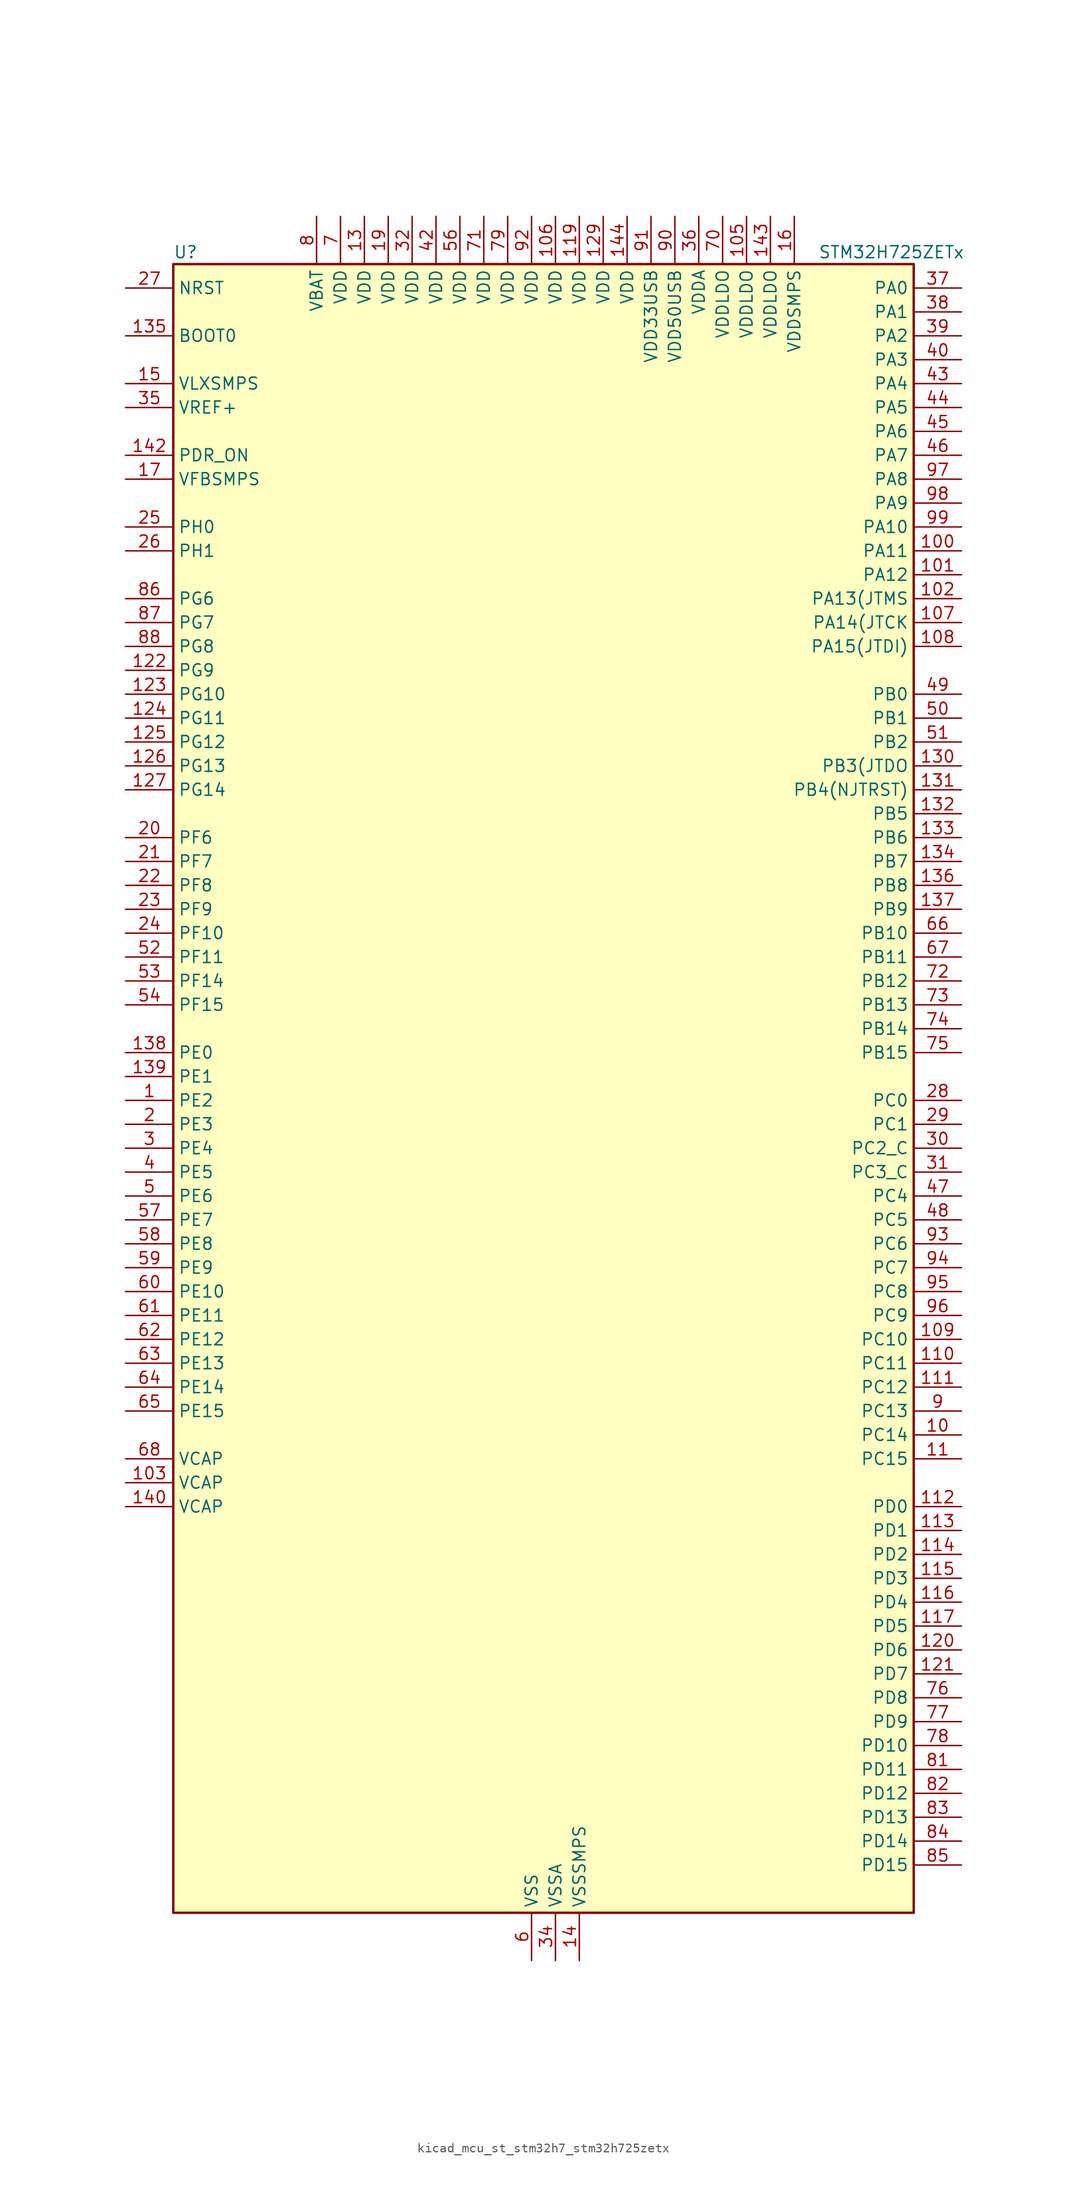
<source format=kicad_sym>
(kicad_symbol_lib
  (version 20220914)
  (generator kicad_symbol_editor)
  (symbol "kicad_mcu_st_stm32h7_stm32h725zetx"
    (property "Reference" "U"
      (at -38.1 90.17 0)
      (effects (font (size 1.27 1.27)) (justify left)))
    (property "Value" "STM32H725ZETx"
      (at 30.48 90.17 0)
      (effects (font (size 1.27 1.27)) (justify left)))
    (property "ki_locked" ""
      (at 0 0 0)
      (effects (font (size 1.27 1.27))))
    (symbol "kicad_mcu_st_stm32h7_stm32h725zetx_0_1"
      (rectangle (start -38.1 -86.36) (end 40.64 88.9) (stroke (width 0.254) (type default)) (fill (type background))))
    (symbol "kicad_mcu_st_stm32h7_stm32h725zetx_1_1"
      (pin bidirectional line (at -43.18 0 0) (length 5.08) (name "PE2" (effects (font (size 1.27 1.27)))) (number "1" (effects (font (size 1.27 1.27)))) (alternate "DEBUG_TRACECLK" bidirectional line) (alternate "ETH_TXD3" bidirectional line) (alternate "FMC_A23" bidirectional line) (alternate "OCTOSPIM_P1_IO2" bidirectional line) (alternate "SAI1_CK1" bidirectional line) (alternate "SAI1_MCLK_A" bidirectional line) (alternate "SAI4_CK1" bidirectional line) (alternate "SAI4_MCLK_A" bidirectional line) (alternate "SPI4_SCK" bidirectional line) (alternate "USART10_RX" bidirectional line))
      (pin bidirectional line (at 45.72 -35.56 180) (length 5.08) (name "PC14" (effects (font (size 1.27 1.27)))) (number "10" (effects (font (size 1.27 1.27)))) (alternate "RCC_OSC32_IN" bidirectional line))
      (pin bidirectional line (at 45.72 58.42 180) (length 5.08) (name "PA11" (effects (font (size 1.27 1.27)))) (number "100" (effects (font (size 1.27 1.27)))) (alternate "ADC1_EXTI11" bidirectional line) (alternate "ADC2_EXTI11" bidirectional line) (alternate "ADC3_EXTI11" bidirectional line) (alternate "FDCAN1_RX" bidirectional line) (alternate "I2S2_WS" bidirectional line) (alternate "LPUART1_CTS" bidirectional line) (alternate "LTDC_R4" bidirectional line) (alternate "SPI2_NSS" bidirectional line) (alternate "TIM1_CH4" bidirectional line) (alternate "UART4_RX" bidirectional line) (alternate "USART1_CTS" bidirectional line) (alternate "USART1_NSS" bidirectional line) (alternate "USB_OTG_HS_DM" bidirectional line))
      (pin bidirectional line (at 45.72 55.88 180) (length 5.08) (name "PA12" (effects (font (size 1.27 1.27)))) (number "101" (effects (font (size 1.27 1.27)))) (alternate "FDCAN1_TX" bidirectional line) (alternate "I2S2_CK" bidirectional line) (alternate "LPUART1_DE" bidirectional line) (alternate "LPUART1_RTS" bidirectional line) (alternate "LTDC_R5" bidirectional line) (alternate "SAI4_FS_B" bidirectional line) (alternate "SPI2_SCK" bidirectional line) (alternate "TIM1_BKIN2" bidirectional line) (alternate "TIM1_ETR" bidirectional line) (alternate "UART4_TX" bidirectional line) (alternate "USART1_DE" bidirectional line) (alternate "USART1_RTS" bidirectional line) (alternate "USB_OTG_HS_DP" bidirectional line))
      (pin bidirectional line (at 45.72 53.34 180) (length 5.08) (name "PA13(JTMS" (effects (font (size 1.27 1.27)))) (number "102" (effects (font (size 1.27 1.27)))) (alternate "DEBUG_JTMS-SWDIO" bidirectional line))
      (pin power_out line (at -43.18 -40.64 0) (length 5.08) (name "VCAP" (effects (font (size 1.27 1.27)))) (number "103" (effects (font (size 1.27 1.27)))))
      (pin passive line (at 0 -91.44 90) (length 5.08) hide (name "VSS" (effects (font (size 1.27 1.27)))) (number "104" (effects (font (size 1.27 1.27)))))
      (pin power_in line (at 22.86 93.98 270) (length 5.08) (name "VDDLDO" (effects (font (size 1.27 1.27)))) (number "105" (effects (font (size 1.27 1.27)))))
      (pin power_in line (at 2.54 93.98 270) (length 5.08) (name "VDD" (effects (font (size 1.27 1.27)))) (number "106" (effects (font (size 1.27 1.27)))))
      (pin bidirectional line (at 45.72 50.8 180) (length 5.08) (name "PA14(JTCK" (effects (font (size 1.27 1.27)))) (number "107" (effects (font (size 1.27 1.27)))) (alternate "DEBUG_JTCK-SWCLK" bidirectional line))
      (pin bidirectional line (at 45.72 48.26 180) (length 5.08) (name "PA15(JTDI)" (effects (font (size 1.27 1.27)))) (number "108" (effects (font (size 1.27 1.27)))) (alternate "ADC1_EXTI15" bidirectional line) (alternate "ADC2_EXTI15" bidirectional line) (alternate "ADC3_EXTI15" bidirectional line) (alternate "CEC" bidirectional line) (alternate "DEBUG_JTDI" bidirectional line) (alternate "I2S1_WS" bidirectional line) (alternate "I2S3_WS" bidirectional line) (alternate "I2S6_WS" bidirectional line) (alternate "LTDC_B6" bidirectional line) (alternate "LTDC_R3" bidirectional line) (alternate "SPI1_NSS" bidirectional line) (alternate "SPI3_NSS" bidirectional line) (alternate "SPI6_NSS" bidirectional line) (alternate "TIM2_CH1" bidirectional line) (alternate "TIM2_ETR" bidirectional line) (alternate "UART4_DE" bidirectional line) (alternate "UART4_RTS" bidirectional line) (alternate "UART7_TX" bidirectional line))
      (pin bidirectional line (at 45.72 -25.4 180) (length 5.08) (name "PC10" (effects (font (size 1.27 1.27)))) (number "109" (effects (font (size 1.27 1.27)))) (alternate "DCMI_D8" bidirectional line) (alternate "DFSDM1_CKIN5" bidirectional line) (alternate "I2C5_SDA" bidirectional line) (alternate "I2S3_CK" bidirectional line) (alternate "LTDC_B1" bidirectional line) (alternate "LTDC_R2" bidirectional line) (alternate "OCTOSPIM_P1_IO1" bidirectional line) (alternate "PSSI_D8" bidirectional line) (alternate "SDMMC1_D2" bidirectional line) (alternate "SPI3_SCK" bidirectional line) (alternate "SWPMI1_RX" bidirectional line) (alternate "UART4_TX" bidirectional line) (alternate "USART3_TX" bidirectional line))
      (pin bidirectional line (at 45.72 -38.1 180) (length 5.08) (name "PC15" (effects (font (size 1.27 1.27)))) (number "11" (effects (font (size 1.27 1.27)))) (alternate "ADC1_EXTI15" bidirectional line) (alternate "ADC2_EXTI15" bidirectional line) (alternate "ADC3_EXTI15" bidirectional line) (alternate "RCC_OSC32_OUT" bidirectional line))
      (pin bidirectional line (at 45.72 -27.94 180) (length 5.08) (name "PC11" (effects (font (size 1.27 1.27)))) (number "110" (effects (font (size 1.27 1.27)))) (alternate "ADC1_EXTI11" bidirectional line) (alternate "ADC2_EXTI11" bidirectional line) (alternate "ADC3_EXTI11" bidirectional line) (alternate "DCMI_D4" bidirectional line) (alternate "DFSDM1_DATIN5" bidirectional line) (alternate "I2C5_SCL" bidirectional line) (alternate "I2S3_SDI" bidirectional line) (alternate "LTDC_B4" bidirectional line) (alternate "OCTOSPIM_P1_NCS" bidirectional line) (alternate "PSSI_D4" bidirectional line) (alternate "SDMMC1_D3" bidirectional line) (alternate "SPI3_MISO" bidirectional line) (alternate "UART4_RX" bidirectional line) (alternate "USART3_RX" bidirectional line))
      (pin bidirectional line (at 45.72 -30.48 180) (length 5.08) (name "PC12" (effects (font (size 1.27 1.27)))) (number "111" (effects (font (size 1.27 1.27)))) (alternate "DCMI_D9" bidirectional line) (alternate "DEBUG_TRACED3" bidirectional line) (alternate "FMC_D6" bidirectional line) (alternate "FMC_DA6" bidirectional line) (alternate "I2C5_SMBA" bidirectional line) (alternate "I2S3_SDO" bidirectional line) (alternate "I2S6_CK" bidirectional line) (alternate "LTDC_R6" bidirectional line) (alternate "PSSI_D9" bidirectional line) (alternate "SDMMC1_CK" bidirectional line) (alternate "SPI3_MOSI" bidirectional line) (alternate "SPI6_SCK" bidirectional line) (alternate "TIM15_CH1" bidirectional line) (alternate "UART5_TX" bidirectional line) (alternate "USART3_CK" bidirectional line))
      (pin bidirectional line (at 45.72 -43.18 180) (length 5.08) (name "PD0" (effects (font (size 1.27 1.27)))) (number "112" (effects (font (size 1.27 1.27)))) (alternate "DFSDM1_CKIN6" bidirectional line) (alternate "FDCAN1_RX" bidirectional line) (alternate "FMC_D2" bidirectional line) (alternate "FMC_DA2" bidirectional line) (alternate "LTDC_B1" bidirectional line) (alternate "UART4_RX" bidirectional line) (alternate "UART9_CTS" bidirectional line))
      (pin bidirectional line (at 45.72 -45.72 180) (length 5.08) (name "PD1" (effects (font (size 1.27 1.27)))) (number "113" (effects (font (size 1.27 1.27)))) (alternate "DFSDM1_DATIN6" bidirectional line) (alternate "FDCAN1_TX" bidirectional line) (alternate "FMC_D3" bidirectional line) (alternate "FMC_DA3" bidirectional line) (alternate "UART4_TX" bidirectional line))
      (pin bidirectional line (at 45.72 -48.26 180) (length 5.08) (name "PD2" (effects (font (size 1.27 1.27)))) (number "114" (effects (font (size 1.27 1.27)))) (alternate "DCMI_D11" bidirectional line) (alternate "DEBUG_TRACED2" bidirectional line) (alternate "FMC_D7" bidirectional line) (alternate "FMC_DA7" bidirectional line) (alternate "LTDC_B2" bidirectional line) (alternate "LTDC_B7" bidirectional line) (alternate "PSSI_D11" bidirectional line) (alternate "SDMMC1_CMD" bidirectional line) (alternate "TIM15_BKIN" bidirectional line) (alternate "TIM3_ETR" bidirectional line) (alternate "UART5_RX" bidirectional line))
      (pin bidirectional line (at 45.72 -50.8 180) (length 5.08) (name "PD3" (effects (font (size 1.27 1.27)))) (number "115" (effects (font (size 1.27 1.27)))) (alternate "DCMI_D5" bidirectional line) (alternate "DFSDM1_CKOUT" bidirectional line) (alternate "FMC_CLK" bidirectional line) (alternate "I2S2_CK" bidirectional line) (alternate "LTDC_G7" bidirectional line) (alternate "PSSI_D5" bidirectional line) (alternate "SPI2_SCK" bidirectional line) (alternate "USART2_CTS" bidirectional line) (alternate "USART2_NSS" bidirectional line))
      (pin bidirectional line (at 45.72 -53.34 180) (length 5.08) (name "PD4" (effects (font (size 1.27 1.27)))) (number "116" (effects (font (size 1.27 1.27)))) (alternate "FMC_NOE" bidirectional line) (alternate "OCTOSPIM_P1_IO4" bidirectional line) (alternate "USART2_DE" bidirectional line) (alternate "USART2_RTS" bidirectional line))
      (pin bidirectional line (at 45.72 -55.88 180) (length 5.08) (name "PD5" (effects (font (size 1.27 1.27)))) (number "117" (effects (font (size 1.27 1.27)))) (alternate "FMC_NWE" bidirectional line) (alternate "OCTOSPIM_P1_IO5" bidirectional line) (alternate "USART2_TX" bidirectional line))
      (pin passive line (at 0 -91.44 90) (length 5.08) hide (name "VSS" (effects (font (size 1.27 1.27)))) (number "118" (effects (font (size 1.27 1.27)))))
      (pin power_in line (at 5.08 93.98 270) (length 5.08) (name "VDD" (effects (font (size 1.27 1.27)))) (number "119" (effects (font (size 1.27 1.27)))))
      (pin passive line (at 0 -91.44 90) (length 5.08) hide (name "VSS" (effects (font (size 1.27 1.27)))) (number "12" (effects (font (size 1.27 1.27)))))
      (pin bidirectional line (at 45.72 -58.42 180) (length 5.08) (name "PD6" (effects (font (size 1.27 1.27)))) (number "120" (effects (font (size 1.27 1.27)))) (alternate "DCMI_D10" bidirectional line) (alternate "DFSDM1_CKIN4" bidirectional line) (alternate "DFSDM1_DATIN1" bidirectional line) (alternate "FMC_NWAIT" bidirectional line) (alternate "I2S3_SDO" bidirectional line) (alternate "LTDC_B2" bidirectional line) (alternate "OCTOSPIM_P1_IO6" bidirectional line) (alternate "PSSI_D10" bidirectional line) (alternate "SAI1_D1" bidirectional line) (alternate "SAI1_SD_A" bidirectional line) (alternate "SAI4_D1" bidirectional line) (alternate "SAI4_SD_A" bidirectional line) (alternate "SDMMC2_CK" bidirectional line) (alternate "SPI3_MOSI" bidirectional line) (alternate "USART2_RX" bidirectional line))
      (pin bidirectional line (at 45.72 -60.96 180) (length 5.08) (name "PD7" (effects (font (size 1.27 1.27)))) (number "121" (effects (font (size 1.27 1.27)))) (alternate "DFSDM1_CKIN1" bidirectional line) (alternate "DFSDM1_DATIN4" bidirectional line) (alternate "FMC_NE1" bidirectional line) (alternate "I2S1_SDO" bidirectional line) (alternate "OCTOSPIM_P1_IO7" bidirectional line) (alternate "SDMMC2_CMD" bidirectional line) (alternate "SPDIFRX1_IN0" bidirectional line) (alternate "SPI1_MOSI" bidirectional line) (alternate "USART2_CK" bidirectional line))
      (pin bidirectional line (at -43.18 45.72 0) (length 5.08) (name "PG9" (effects (font (size 1.27 1.27)))) (number "122" (effects (font (size 1.27 1.27)))) (alternate "DAC1_EXTI9" bidirectional line) (alternate "DCMI_VSYNC" bidirectional line) (alternate "FDCAN3_TX" bidirectional line) (alternate "FMC_NCE" bidirectional line) (alternate "FMC_NE2" bidirectional line) (alternate "I2S1_SDI" bidirectional line) (alternate "OCTOSPIM_P1_IO6" bidirectional line) (alternate "PSSI_RDY" bidirectional line) (alternate "SAI4_FS_B" bidirectional line) (alternate "SDMMC2_D0" bidirectional line) (alternate "SPDIFRX1_IN3" bidirectional line) (alternate "SPI1_MISO" bidirectional line) (alternate "USART6_RX" bidirectional line))
      (pin bidirectional line (at -43.18 43.18 0) (length 5.08) (name "PG10" (effects (font (size 1.27 1.27)))) (number "123" (effects (font (size 1.27 1.27)))) (alternate "DCMI_D2" bidirectional line) (alternate "FDCAN3_RX" bidirectional line) (alternate "FMC_NE3" bidirectional line) (alternate "I2S1_WS" bidirectional line) (alternate "LTDC_B2" bidirectional line) (alternate "LTDC_G3" bidirectional line) (alternate "OCTOSPIM_P2_IO6" bidirectional line) (alternate "PSSI_D2" bidirectional line) (alternate "SAI4_SD_B" bidirectional line) (alternate "SDMMC2_D1" bidirectional line) (alternate "SPI1_NSS" bidirectional line))
      (pin bidirectional line (at -43.18 40.64 0) (length 5.08) (name "PG11" (effects (font (size 1.27 1.27)))) (number "124" (effects (font (size 1.27 1.27)))) (alternate "ADC1_EXTI11" bidirectional line) (alternate "ADC2_EXTI11" bidirectional line) (alternate "ADC3_EXTI11" bidirectional line) (alternate "DCMI_D3" bidirectional line) (alternate "ETH_TX_EN" bidirectional line) (alternate "I2S1_CK" bidirectional line) (alternate "LPTIM1_IN2" bidirectional line) (alternate "LTDC_B3" bidirectional line) (alternate "OCTOSPIM_P2_IO7" bidirectional line) (alternate "PSSI_D3" bidirectional line) (alternate "SDMMC2_D2" bidirectional line) (alternate "SPDIFRX1_IN0" bidirectional line) (alternate "SPI1_SCK" bidirectional line) (alternate "USART10_RX" bidirectional line))
      (pin bidirectional line (at -43.18 38.1 0) (length 5.08) (name "PG12" (effects (font (size 1.27 1.27)))) (number "125" (effects (font (size 1.27 1.27)))) (alternate "ETH_TXD1" bidirectional line) (alternate "FMC_NE4" bidirectional line) (alternate "I2S6_SDI" bidirectional line) (alternate "LPTIM1_IN1" bidirectional line) (alternate "LTDC_B1" bidirectional line) (alternate "LTDC_B4" bidirectional line) (alternate "OCTOSPIM_P2_NCS" bidirectional line) (alternate "SDMMC2_D3" bidirectional line) (alternate "SPDIFRX1_IN1" bidirectional line) (alternate "SPI6_MISO" bidirectional line) (alternate "TIM23_CH1" bidirectional line) (alternate "USART10_TX" bidirectional line) (alternate "USART6_DE" bidirectional line) (alternate "USART6_RTS" bidirectional line))
      (pin bidirectional line (at -43.18 35.56 0) (length 5.08) (name "PG13" (effects (font (size 1.27 1.27)))) (number "126" (effects (font (size 1.27 1.27)))) (alternate "DEBUG_TRACED0" bidirectional line) (alternate "ETH_TXD0" bidirectional line) (alternate "FMC_A24" bidirectional line) (alternate "I2S6_CK" bidirectional line) (alternate "LPTIM1_OUT" bidirectional line) (alternate "LTDC_R0" bidirectional line) (alternate "SDMMC2_D6" bidirectional line) (alternate "SPI6_SCK" bidirectional line) (alternate "TIM23_CH2" bidirectional line) (alternate "USART10_CTS" bidirectional line) (alternate "USART10_NSS" bidirectional line) (alternate "USART6_CTS" bidirectional line) (alternate "USART6_NSS" bidirectional line))
      (pin bidirectional line (at -43.18 33.02 0) (length 5.08) (name "PG14" (effects (font (size 1.27 1.27)))) (number "127" (effects (font (size 1.27 1.27)))) (alternate "DEBUG_TRACED1" bidirectional line) (alternate "ETH_TXD1" bidirectional line) (alternate "FMC_A25" bidirectional line) (alternate "I2S6_SDO" bidirectional line) (alternate "LPTIM1_ETR" bidirectional line) (alternate "LTDC_B0" bidirectional line) (alternate "OCTOSPIM_P1_IO7" bidirectional line) (alternate "SDMMC2_D7" bidirectional line) (alternate "SPI6_MOSI" bidirectional line) (alternate "TIM23_CH3" bidirectional line) (alternate "USART10_DE" bidirectional line) (alternate "USART10_RTS" bidirectional line) (alternate "USART6_TX" bidirectional line))
      (pin passive line (at 0 -91.44 90) (length 5.08) hide (name "VSS" (effects (font (size 1.27 1.27)))) (number "128" (effects (font (size 1.27 1.27)))))
      (pin power_in line (at 7.62 93.98 270) (length 5.08) (name "VDD" (effects (font (size 1.27 1.27)))) (number "129" (effects (font (size 1.27 1.27)))))
      (pin power_in line (at -17.78 93.98 270) (length 5.08) (name "VDD" (effects (font (size 1.27 1.27)))) (number "13" (effects (font (size 1.27 1.27)))))
      (pin bidirectional line (at 45.72 35.56 180) (length 5.08) (name "PB3(JTDO" (effects (font (size 1.27 1.27)))) (number "130" (effects (font (size 1.27 1.27)))) (alternate "CRS_SYNC" bidirectional line) (alternate "DEBUG_JTDO-SWO" bidirectional line) (alternate "I2S1_CK" bidirectional line) (alternate "I2S3_CK" bidirectional line) (alternate "I2S6_CK" bidirectional line) (alternate "SDMMC2_D2" bidirectional line) (alternate "SPI1_SCK" bidirectional line) (alternate "SPI3_SCK" bidirectional line) (alternate "SPI6_SCK" bidirectional line) (alternate "TIM24_ETR" bidirectional line) (alternate "TIM2_CH2" bidirectional line) (alternate "UART7_RX" bidirectional line))
      (pin bidirectional line (at 45.72 33.02 180) (length 5.08) (name "PB4(NJTRST)" (effects (font (size 1.27 1.27)))) (number "131" (effects (font (size 1.27 1.27)))) (alternate "DEBUG_JTRST" bidirectional line) (alternate "I2S1_SDI" bidirectional line) (alternate "I2S2_WS" bidirectional line) (alternate "I2S3_SDI" bidirectional line) (alternate "I2S6_SDI" bidirectional line) (alternate "SDMMC2_D3" bidirectional line) (alternate "SPI1_MISO" bidirectional line) (alternate "SPI2_NSS" bidirectional line) (alternate "SPI3_MISO" bidirectional line) (alternate "SPI6_MISO" bidirectional line) (alternate "TIM16_BKIN" bidirectional line) (alternate "TIM3_CH1" bidirectional line) (alternate "UART7_TX" bidirectional line))
      (pin bidirectional line (at 45.72 30.48 180) (length 5.08) (name "PB5" (effects (font (size 1.27 1.27)))) (number "132" (effects (font (size 1.27 1.27)))) (alternate "DCMI_D10" bidirectional line) (alternate "ETH_PPS_OUT" bidirectional line) (alternate "FDCAN2_RX" bidirectional line) (alternate "FMC_SDCKE1" bidirectional line) (alternate "I2C1_SMBA" bidirectional line) (alternate "I2C4_SMBA" bidirectional line) (alternate "I2S1_SDO" bidirectional line) (alternate "I2S3_SDO" bidirectional line) (alternate "I2S6_SDO" bidirectional line) (alternate "LTDC_B5" bidirectional line) (alternate "PSSI_D10" bidirectional line) (alternate "SPI1_MOSI" bidirectional line) (alternate "SPI3_MOSI" bidirectional line) (alternate "SPI6_MOSI" bidirectional line) (alternate "TIM17_BKIN" bidirectional line) (alternate "TIM3_CH2" bidirectional line) (alternate "UART5_RX" bidirectional line) (alternate "USB_OTG_HS_ULPI_D7" bidirectional line))
      (pin bidirectional line (at 45.72 27.94 180) (length 5.08) (name "PB6" (effects (font (size 1.27 1.27)))) (number "133" (effects (font (size 1.27 1.27)))) (alternate "CEC" bidirectional line) (alternate "DCMI_D5" bidirectional line) (alternate "DFSDM1_DATIN5" bidirectional line) (alternate "FDCAN2_TX" bidirectional line) (alternate "FMC_SDNE1" bidirectional line) (alternate "I2C1_SCL" bidirectional line) (alternate "I2C4_SCL" bidirectional line) (alternate "LPUART1_TX" bidirectional line) (alternate "OCTOSPIM_P1_NCS" bidirectional line) (alternate "PSSI_D5" bidirectional line) (alternate "TIM16_CH1N" bidirectional line) (alternate "TIM4_CH1" bidirectional line) (alternate "UART5_TX" bidirectional line) (alternate "USART1_TX" bidirectional line))
      (pin bidirectional line (at 45.72 25.4 180) (length 5.08) (name "PB7" (effects (font (size 1.27 1.27)))) (number "134" (effects (font (size 1.27 1.27)))) (alternate "DCMI_VSYNC" bidirectional line) (alternate "DFSDM1_CKIN5" bidirectional line) (alternate "FMC_NL" bidirectional line) (alternate "I2C1_SDA" bidirectional line) (alternate "I2C4_SDA" bidirectional line) (alternate "LPUART1_RX" bidirectional line) (alternate "PSSI_RDY" bidirectional line) (alternate "PWR_PVD_IN" bidirectional line) (alternate "TIM17_CH1N" bidirectional line) (alternate "TIM4_CH2" bidirectional line) (alternate "USART1_RX" bidirectional line))
      (pin input line (at -43.18 81.28 0) (length 5.08) (name "BOOT0" (effects (font (size 1.27 1.27)))) (number "135" (effects (font (size 1.27 1.27)))))
      (pin bidirectional line (at 45.72 22.86 180) (length 5.08) (name "PB8" (effects (font (size 1.27 1.27)))) (number "136" (effects (font (size 1.27 1.27)))) (alternate "DCMI_D6" bidirectional line) (alternate "DFSDM1_CKIN7" bidirectional line) (alternate "ETH_TXD3" bidirectional line) (alternate "FDCAN1_RX" bidirectional line) (alternate "I2C1_SCL" bidirectional line) (alternate "I2C4_SCL" bidirectional line) (alternate "LTDC_B6" bidirectional line) (alternate "PSSI_D6" bidirectional line) (alternate "SDMMC1_CKIN" bidirectional line) (alternate "SDMMC1_D4" bidirectional line) (alternate "SDMMC2_D4" bidirectional line) (alternate "TIM16_CH1" bidirectional line) (alternate "TIM4_CH3" bidirectional line) (alternate "UART4_RX" bidirectional line))
      (pin bidirectional line (at 45.72 20.32 180) (length 5.08) (name "PB9" (effects (font (size 1.27 1.27)))) (number "137" (effects (font (size 1.27 1.27)))) (alternate "DAC1_EXTI9" bidirectional line) (alternate "DCMI_D7" bidirectional line) (alternate "DFSDM1_DATIN7" bidirectional line) (alternate "FDCAN1_TX" bidirectional line) (alternate "I2C1_SDA" bidirectional line) (alternate "I2C4_SDA" bidirectional line) (alternate "I2C4_SMBA" bidirectional line) (alternate "I2S2_WS" bidirectional line) (alternate "LTDC_B7" bidirectional line) (alternate "PSSI_D7" bidirectional line) (alternate "SDMMC1_CDIR" bidirectional line) (alternate "SDMMC1_D5" bidirectional line) (alternate "SDMMC2_D5" bidirectional line) (alternate "SPI2_NSS" bidirectional line) (alternate "TIM17_CH1" bidirectional line) (alternate "TIM4_CH4" bidirectional line) (alternate "UART4_TX" bidirectional line))
      (pin bidirectional line (at -43.18 5.08 0) (length 5.08) (name "PE0" (effects (font (size 1.27 1.27)))) (number "138" (effects (font (size 1.27 1.27)))) (alternate "DCMI_D2" bidirectional line) (alternate "FMC_NBL0" bidirectional line) (alternate "LPTIM1_ETR" bidirectional line) (alternate "LPTIM2_ETR" bidirectional line) (alternate "LTDC_R0" bidirectional line) (alternate "PSSI_D2" bidirectional line) (alternate "SAI4_MCLK_A" bidirectional line) (alternate "TIM4_ETR" bidirectional line) (alternate "UART8_RX" bidirectional line))
      (pin bidirectional line (at -43.18 2.54 0) (length 5.08) (name "PE1" (effects (font (size 1.27 1.27)))) (number "139" (effects (font (size 1.27 1.27)))) (alternate "DCMI_D3" bidirectional line) (alternate "FMC_NBL1" bidirectional line) (alternate "LPTIM1_IN2" bidirectional line) (alternate "LTDC_R6" bidirectional line) (alternate "PSSI_D3" bidirectional line) (alternate "UART8_TX" bidirectional line))
      (pin power_in line (at 5.08 -91.44 90) (length 5.08) (name "VSSSMPS" (effects (font (size 1.27 1.27)))) (number "14" (effects (font (size 1.27 1.27)))))
      (pin power_out line (at -43.18 -43.18 0) (length 5.08) (name "VCAP" (effects (font (size 1.27 1.27)))) (number "140" (effects (font (size 1.27 1.27)))))
      (pin passive line (at 0 -91.44 90) (length 5.08) hide (name "VSS" (effects (font (size 1.27 1.27)))) (number "141" (effects (font (size 1.27 1.27)))))
      (pin input line (at -43.18 68.58 0) (length 5.08) (name "PDR_ON" (effects (font (size 1.27 1.27)))) (number "142" (effects (font (size 1.27 1.27)))))
      (pin power_in line (at 25.4 93.98 270) (length 5.08) (name "VDDLDO" (effects (font (size 1.27 1.27)))) (number "143" (effects (font (size 1.27 1.27)))))
      (pin power_in line (at 10.16 93.98 270) (length 5.08) (name "VDD" (effects (font (size 1.27 1.27)))) (number "144" (effects (font (size 1.27 1.27)))))
      (pin power_in line (at -43.18 76.2 0) (length 5.08) (name "VLXSMPS" (effects (font (size 1.27 1.27)))) (number "15" (effects (font (size 1.27 1.27)))))
      (pin power_in line (at 27.94 93.98 270) (length 5.08) (name "VDDSMPS" (effects (font (size 1.27 1.27)))) (number "16" (effects (font (size 1.27 1.27)))))
      (pin input line (at -43.18 66.04 0) (length 5.08) (name "VFBSMPS" (effects (font (size 1.27 1.27)))) (number "17" (effects (font (size 1.27 1.27)))))
      (pin passive line (at 0 -91.44 90) (length 5.08) hide (name "VSS" (effects (font (size 1.27 1.27)))) (number "18" (effects (font (size 1.27 1.27)))))
      (pin power_in line (at -15.24 93.98 270) (length 5.08) (name "VDD" (effects (font (size 1.27 1.27)))) (number "19" (effects (font (size 1.27 1.27)))))
      (pin bidirectional line (at -43.18 -2.54 0) (length 5.08) (name "PE3" (effects (font (size 1.27 1.27)))) (number "2" (effects (font (size 1.27 1.27)))) (alternate "DEBUG_TRACED0" bidirectional line) (alternate "FMC_A19" bidirectional line) (alternate "SAI1_SD_B" bidirectional line) (alternate "SAI4_SD_B" bidirectional line) (alternate "TIM15_BKIN" bidirectional line) (alternate "USART10_TX" bidirectional line))
      (pin bidirectional line (at -43.18 27.94 0) (length 5.08) (name "PF6" (effects (font (size 1.27 1.27)))) (number "20" (effects (font (size 1.27 1.27)))) (alternate "ADC3_INN4" bidirectional line) (alternate "ADC3_INP8" bidirectional line) (alternate "FDCAN3_RX" bidirectional line) (alternate "OCTOSPIM_P1_IO3" bidirectional line) (alternate "SAI1_SD_B" bidirectional line) (alternate "SAI4_SD_B" bidirectional line) (alternate "SPI5_NSS" bidirectional line) (alternate "TIM16_CH1" bidirectional line) (alternate "TIM23_CH1" bidirectional line) (alternate "UART7_RX" bidirectional line))
      (pin bidirectional line (at -43.18 25.4 0) (length 5.08) (name "PF7" (effects (font (size 1.27 1.27)))) (number "21" (effects (font (size 1.27 1.27)))) (alternate "ADC3_INP3" bidirectional line) (alternate "FDCAN3_TX" bidirectional line) (alternate "OCTOSPIM_P1_IO2" bidirectional line) (alternate "SAI1_MCLK_B" bidirectional line) (alternate "SAI4_MCLK_B" bidirectional line) (alternate "SPI5_SCK" bidirectional line) (alternate "TIM17_CH1" bidirectional line) (alternate "TIM23_CH2" bidirectional line) (alternate "UART7_TX" bidirectional line))
      (pin bidirectional line (at -43.18 22.86 0) (length 5.08) (name "PF8" (effects (font (size 1.27 1.27)))) (number "22" (effects (font (size 1.27 1.27)))) (alternate "ADC3_INN3" bidirectional line) (alternate "ADC3_INP7" bidirectional line) (alternate "OCTOSPIM_P1_IO0" bidirectional line) (alternate "SAI1_SCK_B" bidirectional line) (alternate "SAI4_SCK_B" bidirectional line) (alternate "SPI5_MISO" bidirectional line) (alternate "TIM13_CH1" bidirectional line) (alternate "TIM16_CH1N" bidirectional line) (alternate "TIM23_CH3" bidirectional line) (alternate "UART7_DE" bidirectional line) (alternate "UART7_RTS" bidirectional line))
      (pin bidirectional line (at -43.18 20.32 0) (length 5.08) (name "PF9" (effects (font (size 1.27 1.27)))) (number "23" (effects (font (size 1.27 1.27)))) (alternate "ADC3_INP2" bidirectional line) (alternate "DAC1_EXTI9" bidirectional line) (alternate "OCTOSPIM_P1_IO1" bidirectional line) (alternate "SAI1_FS_B" bidirectional line) (alternate "SAI4_FS_B" bidirectional line) (alternate "SPI5_MOSI" bidirectional line) (alternate "TIM14_CH1" bidirectional line) (alternate "TIM17_CH1N" bidirectional line) (alternate "TIM23_CH4" bidirectional line) (alternate "UART7_CTS" bidirectional line))
      (pin bidirectional line (at -43.18 17.78 0) (length 5.08) (name "PF10" (effects (font (size 1.27 1.27)))) (number "24" (effects (font (size 1.27 1.27)))) (alternate "ADC3_INN2" bidirectional line) (alternate "ADC3_INP6" bidirectional line) (alternate "DCMI_D11" bidirectional line) (alternate "LTDC_DE" bidirectional line) (alternate "OCTOSPIM_P1_CLK" bidirectional line) (alternate "PSSI_D11" bidirectional line) (alternate "PSSI_D15" bidirectional line) (alternate "SAI1_D3" bidirectional line) (alternate "SAI4_D3" bidirectional line) (alternate "TIM16_BKIN" bidirectional line))
      (pin bidirectional line (at -43.18 60.96 0) (length 5.08) (name "PH0" (effects (font (size 1.27 1.27)))) (number "25" (effects (font (size 1.27 1.27)))) (alternate "RCC_OSC_IN" bidirectional line))
      (pin bidirectional line (at -43.18 58.42 0) (length 5.08) (name "PH1" (effects (font (size 1.27 1.27)))) (number "26" (effects (font (size 1.27 1.27)))) (alternate "RCC_OSC_OUT" bidirectional line))
      (pin input line (at -43.18 86.36 0) (length 5.08) (name "NRST" (effects (font (size 1.27 1.27)))) (number "27" (effects (font (size 1.27 1.27)))))
      (pin bidirectional line (at 45.72 0 180) (length 5.08) (name "PC0" (effects (font (size 1.27 1.27)))) (number "28" (effects (font (size 1.27 1.27)))) (alternate "ADC1_INP10" bidirectional line) (alternate "ADC2_INP10" bidirectional line) (alternate "ADC3_INP10" bidirectional line) (alternate "DFSDM1_CKIN0" bidirectional line) (alternate "DFSDM1_DATIN4" bidirectional line) (alternate "FMC_A25" bidirectional line) (alternate "FMC_D12" bidirectional line) (alternate "FMC_DA12" bidirectional line) (alternate "FMC_SDNWE" bidirectional line) (alternate "LTDC_G2" bidirectional line) (alternate "LTDC_R5" bidirectional line) (alternate "SAI4_FS_B" bidirectional line) (alternate "USB_OTG_HS_ULPI_STP" bidirectional line))
      (pin bidirectional line (at 45.72 -2.54 180) (length 5.08) (name "PC1" (effects (font (size 1.27 1.27)))) (number "29" (effects (font (size 1.27 1.27)))) (alternate "ADC1_INN10" bidirectional line) (alternate "ADC1_INP11" bidirectional line) (alternate "ADC2_INN10" bidirectional line) (alternate "ADC2_INP11" bidirectional line) (alternate "ADC3_INN10" bidirectional line) (alternate "ADC3_INP11" bidirectional line) (alternate "DEBUG_TRACED0" bidirectional line) (alternate "DFSDM1_CKIN4" bidirectional line) (alternate "DFSDM1_DATIN0" bidirectional line) (alternate "ETH_MDC" bidirectional line) (alternate "I2S2_SDO" bidirectional line) (alternate "LTDC_G5" bidirectional line) (alternate "MDIOS_MDC" bidirectional line) (alternate "OCTOSPIM_P1_IO4" bidirectional line) (alternate "PWR_WKUP6" bidirectional line) (alternate "RTC_TAMP3" bidirectional line) (alternate "SAI1_D1" bidirectional line) (alternate "SAI1_SD_A" bidirectional line) (alternate "SAI4_D1" bidirectional line) (alternate "SAI4_SD_A" bidirectional line) (alternate "SDMMC2_CK" bidirectional line) (alternate "SPI2_MOSI" bidirectional line))
      (pin bidirectional line (at -43.18 -5.08 0) (length 5.08) (name "PE4" (effects (font (size 1.27 1.27)))) (number "3" (effects (font (size 1.27 1.27)))) (alternate "DCMI_D4" bidirectional line) (alternate "DEBUG_TRACED1" bidirectional line) (alternate "DFSDM1_DATIN3" bidirectional line) (alternate "FMC_A20" bidirectional line) (alternate "LTDC_B0" bidirectional line) (alternate "PSSI_D4" bidirectional line) (alternate "SAI1_D2" bidirectional line) (alternate "SAI1_FS_A" bidirectional line) (alternate "SAI4_D2" bidirectional line) (alternate "SAI4_FS_A" bidirectional line) (alternate "SPI4_NSS" bidirectional line) (alternate "TIM15_CH1N" bidirectional line))
      (pin bidirectional line (at 45.72 -5.08 180) (length 5.08) (name "PC2_C" (effects (font (size 1.27 1.27)))) (number "30" (effects (font (size 1.27 1.27)))) (alternate "ADC3_INN1" bidirectional line) (alternate "ADC3_INP0" bidirectional line) (alternate "DFSDM1_CKIN1" bidirectional line) (alternate "DFSDM1_CKOUT" bidirectional line) (alternate "ETH_TXD2" bidirectional line) (alternate "FMC_SDNE0" bidirectional line) (alternate "I2S2_SDI" bidirectional line) (alternate "OCTOSPIM_P1_IO2" bidirectional line) (alternate "OCTOSPIM_P1_IO5" bidirectional line) (alternate "PWR_CSTOP" bidirectional line) (alternate "SPI2_MISO" bidirectional line) (alternate "USB_OTG_HS_ULPI_DIR" bidirectional line))
      (pin bidirectional line (at 45.72 -7.62 180) (length 5.08) (name "PC3_C" (effects (font (size 1.27 1.27)))) (number "31" (effects (font (size 1.27 1.27)))) (alternate "ADC3_INP1" bidirectional line) (alternate "DFSDM1_DATIN1" bidirectional line) (alternate "ETH_TX_CLK" bidirectional line) (alternate "FMC_SDCKE0" bidirectional line) (alternate "I2S2_SDO" bidirectional line) (alternate "OCTOSPIM_P1_IO0" bidirectional line) (alternate "OCTOSPIM_P1_IO6" bidirectional line) (alternate "PWR_CSLEEP" bidirectional line) (alternate "SPI2_MOSI" bidirectional line) (alternate "USB_OTG_HS_ULPI_NXT" bidirectional line))
      (pin power_in line (at -12.7 93.98 270) (length 5.08) (name "VDD" (effects (font (size 1.27 1.27)))) (number "32" (effects (font (size 1.27 1.27)))))
      (pin passive line (at 0 -91.44 90) (length 5.08) hide (name "VSS" (effects (font (size 1.27 1.27)))) (number "33" (effects (font (size 1.27 1.27)))))
      (pin power_in line (at 2.54 -91.44 90) (length 5.08) (name "VSSA" (effects (font (size 1.27 1.27)))) (number "34" (effects (font (size 1.27 1.27)))))
      (pin input line (at -43.18 73.66 0) (length 5.08) (name "VREF+" (effects (font (size 1.27 1.27)))) (number "35" (effects (font (size 1.27 1.27)))) (alternate "VREFBUF_OUT" bidirectional line))
      (pin power_in line (at 17.78 93.98 270) (length 5.08) (name "VDDA" (effects (font (size 1.27 1.27)))) (number "36" (effects (font (size 1.27 1.27)))))
      (pin bidirectional line (at 45.72 86.36 180) (length 5.08) (name "PA0" (effects (font (size 1.27 1.27)))) (number "37" (effects (font (size 1.27 1.27)))) (alternate "ADC1_INP16" bidirectional line) (alternate "ETH_CRS" bidirectional line) (alternate "FMC_A19" bidirectional line) (alternate "I2S6_WS" bidirectional line) (alternate "PWR_WKUP1" bidirectional line) (alternate "SAI4_SD_B" bidirectional line) (alternate "SDMMC2_CMD" bidirectional line) (alternate "SPI6_NSS" bidirectional line) (alternate "TIM15_BKIN" bidirectional line) (alternate "TIM2_CH1" bidirectional line) (alternate "TIM2_ETR" bidirectional line) (alternate "TIM5_CH1" bidirectional line) (alternate "TIM8_ETR" bidirectional line) (alternate "UART4_TX" bidirectional line) (alternate "USART2_CTS" bidirectional line) (alternate "USART2_NSS" bidirectional line))
      (pin bidirectional line (at 45.72 83.82 180) (length 5.08) (name "PA1" (effects (font (size 1.27 1.27)))) (number "38" (effects (font (size 1.27 1.27)))) (alternate "ADC1_INN16" bidirectional line) (alternate "ADC1_INP17" bidirectional line) (alternate "ETH_REF_CLK" bidirectional line) (alternate "ETH_RX_CLK" bidirectional line) (alternate "LPTIM3_OUT" bidirectional line) (alternate "LTDC_R2" bidirectional line) (alternate "OCTOSPIM_P1_DQS" bidirectional line) (alternate "OCTOSPIM_P1_IO3" bidirectional line) (alternate "SAI4_MCLK_B" bidirectional line) (alternate "TIM15_CH1N" bidirectional line) (alternate "TIM2_CH2" bidirectional line) (alternate "TIM5_CH2" bidirectional line) (alternate "UART4_RX" bidirectional line) (alternate "USART2_DE" bidirectional line) (alternate "USART2_RTS" bidirectional line))
      (pin bidirectional line (at 45.72 81.28 180) (length 5.08) (name "PA2" (effects (font (size 1.27 1.27)))) (number "39" (effects (font (size 1.27 1.27)))) (alternate "ADC1_INP14" bidirectional line) (alternate "ADC2_INP14" bidirectional line) (alternate "ETH_MDIO" bidirectional line) (alternate "LPTIM4_OUT" bidirectional line) (alternate "LTDC_R1" bidirectional line) (alternate "MDIOS_MDIO" bidirectional line) (alternate "OCTOSPIM_P1_IO0" bidirectional line) (alternate "PWR_WKUP2" bidirectional line) (alternate "SAI4_SCK_B" bidirectional line) (alternate "TIM15_CH1" bidirectional line) (alternate "TIM2_CH3" bidirectional line) (alternate "TIM5_CH3" bidirectional line) (alternate "USART2_TX" bidirectional line))
      (pin bidirectional line (at -43.18 -7.62 0) (length 5.08) (name "PE5" (effects (font (size 1.27 1.27)))) (number "4" (effects (font (size 1.27 1.27)))) (alternate "DCMI_D6" bidirectional line) (alternate "DEBUG_TRACED2" bidirectional line) (alternate "DFSDM1_CKIN3" bidirectional line) (alternate "FMC_A21" bidirectional line) (alternate "LTDC_G0" bidirectional line) (alternate "PSSI_D6" bidirectional line) (alternate "SAI1_CK2" bidirectional line) (alternate "SAI1_SCK_A" bidirectional line) (alternate "SAI4_CK2" bidirectional line) (alternate "SAI4_SCK_A" bidirectional line) (alternate "SPI4_MISO" bidirectional line) (alternate "TIM15_CH1" bidirectional line))
      (pin bidirectional line (at 45.72 78.74 180) (length 5.08) (name "PA3" (effects (font (size 1.27 1.27)))) (number "40" (effects (font (size 1.27 1.27)))) (alternate "ADC1_INP15" bidirectional line) (alternate "ADC2_INP15" bidirectional line) (alternate "ETH_COL" bidirectional line) (alternate "I2S6_MCK" bidirectional line) (alternate "LPTIM5_OUT" bidirectional line) (alternate "LTDC_B2" bidirectional line) (alternate "LTDC_B5" bidirectional line) (alternate "OCTOSPIM_P1_CLK" bidirectional line) (alternate "OCTOSPIM_P1_IO2" bidirectional line) (alternate "TIM15_CH2" bidirectional line) (alternate "TIM2_CH4" bidirectional line) (alternate "TIM5_CH4" bidirectional line) (alternate "USART2_RX" bidirectional line) (alternate "USB_OTG_HS_ULPI_D0" bidirectional line))
      (pin passive line (at 0 -91.44 90) (length 5.08) hide (name "VSS" (effects (font (size 1.27 1.27)))) (number "41" (effects (font (size 1.27 1.27)))))
      (pin power_in line (at -10.16 93.98 270) (length 5.08) (name "VDD" (effects (font (size 1.27 1.27)))) (number "42" (effects (font (size 1.27 1.27)))))
      (pin bidirectional line (at 45.72 76.2 180) (length 5.08) (name "PA4" (effects (font (size 1.27 1.27)))) (number "43" (effects (font (size 1.27 1.27)))) (alternate "ADC1_INP18" bidirectional line) (alternate "ADC2_INP18" bidirectional line) (alternate "DAC1_OUT1" bidirectional line) (alternate "DCMI_HSYNC" bidirectional line) (alternate "FMC_D8" bidirectional line) (alternate "FMC_DA8" bidirectional line) (alternate "I2S1_WS" bidirectional line) (alternate "I2S3_WS" bidirectional line) (alternate "I2S6_WS" bidirectional line) (alternate "LTDC_VSYNC" bidirectional line) (alternate "PSSI_DE" bidirectional line) (alternate "SPI1_NSS" bidirectional line) (alternate "SPI3_NSS" bidirectional line) (alternate "SPI6_NSS" bidirectional line) (alternate "TIM5_ETR" bidirectional line) (alternate "USART2_CK" bidirectional line))
      (pin bidirectional line (at 45.72 73.66 180) (length 5.08) (name "PA5" (effects (font (size 1.27 1.27)))) (number "44" (effects (font (size 1.27 1.27)))) (alternate "ADC1_INN18" bidirectional line) (alternate "ADC1_INP19" bidirectional line) (alternate "ADC2_INN18" bidirectional line) (alternate "ADC2_INP19" bidirectional line) (alternate "DAC1_OUT2" bidirectional line) (alternate "FMC_D9" bidirectional line) (alternate "FMC_DA9" bidirectional line) (alternate "I2S1_CK" bidirectional line) (alternate "I2S6_CK" bidirectional line) (alternate "LTDC_R4" bidirectional line) (alternate "PSSI_D14" bidirectional line) (alternate "PWR_NDSTOP2" bidirectional line) (alternate "SPI1_SCK" bidirectional line) (alternate "SPI6_SCK" bidirectional line) (alternate "TIM2_CH1" bidirectional line) (alternate "TIM2_ETR" bidirectional line) (alternate "TIM8_CH1N" bidirectional line) (alternate "USB_OTG_HS_ULPI_CK" bidirectional line))
      (pin bidirectional line (at 45.72 71.12 180) (length 5.08) (name "PA6" (effects (font (size 1.27 1.27)))) (number "45" (effects (font (size 1.27 1.27)))) (alternate "ADC1_INP3" bidirectional line) (alternate "ADC2_INP3" bidirectional line) (alternate "DCMI_PIXCLK" bidirectional line) (alternate "I2S1_SDI" bidirectional line) (alternate "I2S6_SDI" bidirectional line) (alternate "LTDC_G2" bidirectional line) (alternate "MDIOS_MDC" bidirectional line) (alternate "OCTOSPIM_P1_IO3" bidirectional line) (alternate "PSSI_PDCK" bidirectional line) (alternate "SPI1_MISO" bidirectional line) (alternate "SPI6_MISO" bidirectional line) (alternate "TIM13_CH1" bidirectional line) (alternate "TIM1_BKIN" bidirectional line) (alternate "TIM1_BKIN_COMP1" bidirectional line) (alternate "TIM1_BKIN_COMP2" bidirectional line) (alternate "TIM3_CH1" bidirectional line) (alternate "TIM8_BKIN" bidirectional line) (alternate "TIM8_BKIN_COMP1" bidirectional line) (alternate "TIM8_BKIN_COMP2" bidirectional line))
      (pin bidirectional line (at 45.72 68.58 180) (length 5.08) (name "PA7" (effects (font (size 1.27 1.27)))) (number "46" (effects (font (size 1.27 1.27)))) (alternate "ADC1_INN3" bidirectional line) (alternate "ADC1_INP7" bidirectional line) (alternate "ADC2_INN3" bidirectional line) (alternate "ADC2_INP7" bidirectional line) (alternate "ETH_CRS_DV" bidirectional line) (alternate "ETH_RX_DV" bidirectional line) (alternate "FMC_SDNWE" bidirectional line) (alternate "I2S1_SDO" bidirectional line) (alternate "I2S6_SDO" bidirectional line) (alternate "LTDC_VSYNC" bidirectional line) (alternate "OCTOSPIM_P1_IO2" bidirectional line) (alternate "OPAMP1_VINM" bidirectional line) (alternate "SPI1_MOSI" bidirectional line) (alternate "SPI6_MOSI" bidirectional line) (alternate "TIM14_CH1" bidirectional line) (alternate "TIM1_CH1N" bidirectional line) (alternate "TIM3_CH2" bidirectional line) (alternate "TIM8_CH1N" bidirectional line))
      (pin bidirectional line (at 45.72 -10.16 180) (length 5.08) (name "PC4" (effects (font (size 1.27 1.27)))) (number "47" (effects (font (size 1.27 1.27)))) (alternate "ADC1_INP4" bidirectional line) (alternate "ADC2_INP4" bidirectional line) (alternate "COMP1_INM" bidirectional line) (alternate "DFSDM1_CKIN2" bidirectional line) (alternate "ETH_RXD0" bidirectional line) (alternate "FMC_A22" bidirectional line) (alternate "FMC_SDNE0" bidirectional line) (alternate "I2S1_MCK" bidirectional line) (alternate "LTDC_R7" bidirectional line) (alternate "OPAMP1_VOUT" bidirectional line) (alternate "SDMMC2_CKIN" bidirectional line) (alternate "SPDIFRX1_IN2" bidirectional line))
      (pin bidirectional line (at 45.72 -12.7 180) (length 5.08) (name "PC5" (effects (font (size 1.27 1.27)))) (number "48" (effects (font (size 1.27 1.27)))) (alternate "ADC1_INN4" bidirectional line) (alternate "ADC1_INP8" bidirectional line) (alternate "ADC2_INN4" bidirectional line) (alternate "ADC2_INP8" bidirectional line) (alternate "COMP1_OUT" bidirectional line) (alternate "DFSDM1_DATIN2" bidirectional line) (alternate "ETH_RXD1" bidirectional line) (alternate "FMC_SDCKE0" bidirectional line) (alternate "LTDC_DE" bidirectional line) (alternate "OCTOSPIM_P1_DQS" bidirectional line) (alternate "OPAMP1_VINM" bidirectional line) (alternate "PSSI_D15" bidirectional line) (alternate "SAI1_D3" bidirectional line) (alternate "SAI4_D3" bidirectional line) (alternate "SPDIFRX1_IN3" bidirectional line))
      (pin bidirectional line (at 45.72 43.18 180) (length 5.08) (name "PB0" (effects (font (size 1.27 1.27)))) (number "49" (effects (font (size 1.27 1.27)))) (alternate "ADC1_INN5" bidirectional line) (alternate "ADC1_INP9" bidirectional line) (alternate "ADC2_INN5" bidirectional line) (alternate "ADC2_INP9" bidirectional line) (alternate "COMP1_INP" bidirectional line) (alternate "DFSDM1_CKOUT" bidirectional line) (alternate "ETH_RXD2" bidirectional line) (alternate "LTDC_G1" bidirectional line) (alternate "LTDC_R3" bidirectional line) (alternate "OCTOSPIM_P1_IO1" bidirectional line) (alternate "OPAMP1_VINP" bidirectional line) (alternate "TIM1_CH2N" bidirectional line) (alternate "TIM3_CH3" bidirectional line) (alternate "TIM8_CH2N" bidirectional line) (alternate "UART4_CTS" bidirectional line) (alternate "USB_OTG_HS_ULPI_D1" bidirectional line))
      (pin bidirectional line (at -43.18 -10.16 0) (length 5.08) (name "PE6" (effects (font (size 1.27 1.27)))) (number "5" (effects (font (size 1.27 1.27)))) (alternate "DCMI_D7" bidirectional line) (alternate "DEBUG_TRACED3" bidirectional line) (alternate "FMC_A22" bidirectional line) (alternate "LTDC_G1" bidirectional line) (alternate "PSSI_D7" bidirectional line) (alternate "SAI1_D1" bidirectional line) (alternate "SAI1_SD_A" bidirectional line) (alternate "SAI4_D1" bidirectional line) (alternate "SAI4_MCLK_B" bidirectional line) (alternate "SAI4_SD_A" bidirectional line) (alternate "SPI4_MOSI" bidirectional line) (alternate "TIM15_CH2" bidirectional line) (alternate "TIM1_BKIN2" bidirectional line) (alternate "TIM1_BKIN2_COMP1" bidirectional line) (alternate "TIM1_BKIN2_COMP2" bidirectional line))
      (pin bidirectional line (at 45.72 40.64 180) (length 5.08) (name "PB1" (effects (font (size 1.27 1.27)))) (number "50" (effects (font (size 1.27 1.27)))) (alternate "ADC1_INP5" bidirectional line) (alternate "ADC2_INP5" bidirectional line) (alternate "COMP1_INM" bidirectional line) (alternate "DFSDM1_DATIN1" bidirectional line) (alternate "ETH_RXD3" bidirectional line) (alternate "LTDC_G0" bidirectional line) (alternate "LTDC_R6" bidirectional line) (alternate "OCTOSPIM_P1_IO0" bidirectional line) (alternate "TIM1_CH3N" bidirectional line) (alternate "TIM3_CH4" bidirectional line) (alternate "TIM8_CH3N" bidirectional line) (alternate "USB_OTG_HS_ULPI_D2" bidirectional line))
      (pin bidirectional line (at 45.72 38.1 180) (length 5.08) (name "PB2" (effects (font (size 1.27 1.27)))) (number "51" (effects (font (size 1.27 1.27)))) (alternate "COMP1_INP" bidirectional line) (alternate "DFSDM1_CKIN1" bidirectional line) (alternate "ETH_TX_ER" bidirectional line) (alternate "I2S3_SDO" bidirectional line) (alternate "OCTOSPIM_P1_CLK" bidirectional line) (alternate "OCTOSPIM_P1_DQS" bidirectional line) (alternate "RTC_OUT_ALARM" bidirectional line) (alternate "RTC_OUT_CALIB" bidirectional line) (alternate "SAI1_D1" bidirectional line) (alternate "SAI1_SD_A" bidirectional line) (alternate "SAI4_D1" bidirectional line) (alternate "SAI4_SD_A" bidirectional line) (alternate "SPI3_MOSI" bidirectional line) (alternate "TIM23_ETR" bidirectional line))
      (pin bidirectional line (at -43.18 15.24 0) (length 5.08) (name "PF11" (effects (font (size 1.27 1.27)))) (number "52" (effects (font (size 1.27 1.27)))) (alternate "ADC1_EXTI11" bidirectional line) (alternate "ADC1_INP2" bidirectional line) (alternate "ADC2_EXTI11" bidirectional line) (alternate "ADC3_EXTI11" bidirectional line) (alternate "DCMI_D12" bidirectional line) (alternate "FMC_SDNRAS" bidirectional line) (alternate "OCTOSPIM_P1_NCLK" bidirectional line) (alternate "PSSI_D12" bidirectional line) (alternate "SAI4_SD_B" bidirectional line) (alternate "SPI5_MOSI" bidirectional line) (alternate "TIM24_CH1" bidirectional line))
      (pin bidirectional line (at -43.18 12.7 0) (length 5.08) (name "PF14" (effects (font (size 1.27 1.27)))) (number "53" (effects (font (size 1.27 1.27)))) (alternate "ADC2_INN2" bidirectional line) (alternate "ADC2_INP6" bidirectional line) (alternate "DFSDM1_CKIN6" bidirectional line) (alternate "FMC_A8" bidirectional line) (alternate "I2C4_SCL" bidirectional line) (alternate "TIM24_CH4" bidirectional line))
      (pin bidirectional line (at -43.18 10.16 0) (length 5.08) (name "PF15" (effects (font (size 1.27 1.27)))) (number "54" (effects (font (size 1.27 1.27)))) (alternate "ADC1_EXTI15" bidirectional line) (alternate "ADC2_EXTI15" bidirectional line) (alternate "ADC3_EXTI15" bidirectional line) (alternate "FMC_A9" bidirectional line) (alternate "I2C4_SDA" bidirectional line))
      (pin passive line (at 0 -91.44 90) (length 5.08) hide (name "VSS" (effects (font (size 1.27 1.27)))) (number "55" (effects (font (size 1.27 1.27)))))
      (pin power_in line (at -7.62 93.98 270) (length 5.08) (name "VDD" (effects (font (size 1.27 1.27)))) (number "56" (effects (font (size 1.27 1.27)))))
      (pin bidirectional line (at -43.18 -12.7 0) (length 5.08) (name "PE7" (effects (font (size 1.27 1.27)))) (number "57" (effects (font (size 1.27 1.27)))) (alternate "COMP2_INM" bidirectional line) (alternate "DFSDM1_DATIN2" bidirectional line) (alternate "FMC_D4" bidirectional line) (alternate "FMC_DA4" bidirectional line) (alternate "OCTOSPIM_P1_IO4" bidirectional line) (alternate "OPAMP2_VOUT" bidirectional line) (alternate "TIM1_ETR" bidirectional line) (alternate "UART7_RX" bidirectional line))
      (pin bidirectional line (at -43.18 -15.24 0) (length 5.08) (name "PE8" (effects (font (size 1.27 1.27)))) (number "58" (effects (font (size 1.27 1.27)))) (alternate "COMP2_OUT" bidirectional line) (alternate "DFSDM1_CKIN2" bidirectional line) (alternate "FMC_D5" bidirectional line) (alternate "FMC_DA5" bidirectional line) (alternate "OCTOSPIM_P1_IO5" bidirectional line) (alternate "OPAMP2_VINM" bidirectional line) (alternate "TIM1_CH1N" bidirectional line) (alternate "UART7_TX" bidirectional line))
      (pin bidirectional line (at -43.18 -17.78 0) (length 5.08) (name "PE9" (effects (font (size 1.27 1.27)))) (number "59" (effects (font (size 1.27 1.27)))) (alternate "COMP2_INP" bidirectional line) (alternate "DAC1_EXTI9" bidirectional line) (alternate "DFSDM1_CKOUT" bidirectional line) (alternate "FMC_D6" bidirectional line) (alternate "FMC_DA6" bidirectional line) (alternate "OCTOSPIM_P1_IO6" bidirectional line) (alternate "OPAMP2_VINP" bidirectional line) (alternate "TIM1_CH1" bidirectional line) (alternate "UART7_DE" bidirectional line) (alternate "UART7_RTS" bidirectional line))
      (pin power_in line (at 0 -91.44 90) (length 5.08) (name "VSS" (effects (font (size 1.27 1.27)))) (number "6" (effects (font (size 1.27 1.27)))))
      (pin bidirectional line (at -43.18 -20.32 0) (length 5.08) (name "PE10" (effects (font (size 1.27 1.27)))) (number "60" (effects (font (size 1.27 1.27)))) (alternate "COMP2_INM" bidirectional line) (alternate "DFSDM1_DATIN4" bidirectional line) (alternate "FMC_D7" bidirectional line) (alternate "FMC_DA7" bidirectional line) (alternate "OCTOSPIM_P1_IO7" bidirectional line) (alternate "TIM1_CH2N" bidirectional line) (alternate "UART7_CTS" bidirectional line))
      (pin bidirectional line (at -43.18 -22.86 0) (length 5.08) (name "PE11" (effects (font (size 1.27 1.27)))) (number "61" (effects (font (size 1.27 1.27)))) (alternate "ADC1_EXTI11" bidirectional line) (alternate "ADC2_EXTI11" bidirectional line) (alternate "ADC3_EXTI11" bidirectional line) (alternate "COMP2_INP" bidirectional line) (alternate "DFSDM1_CKIN4" bidirectional line) (alternate "FMC_D8" bidirectional line) (alternate "FMC_DA8" bidirectional line) (alternate "LTDC_G3" bidirectional line) (alternate "OCTOSPIM_P1_NCS" bidirectional line) (alternate "SAI4_SD_B" bidirectional line) (alternate "SPI4_NSS" bidirectional line) (alternate "TIM1_CH2" bidirectional line))
      (pin bidirectional line (at -43.18 -25.4 0) (length 5.08) (name "PE12" (effects (font (size 1.27 1.27)))) (number "62" (effects (font (size 1.27 1.27)))) (alternate "COMP1_OUT" bidirectional line) (alternate "DFSDM1_DATIN5" bidirectional line) (alternate "FMC_D9" bidirectional line) (alternate "FMC_DA9" bidirectional line) (alternate "LTDC_B4" bidirectional line) (alternate "SAI4_SCK_B" bidirectional line) (alternate "SPI4_SCK" bidirectional line) (alternate "TIM1_CH3N" bidirectional line))
      (pin bidirectional line (at -43.18 -27.94 0) (length 5.08) (name "PE13" (effects (font (size 1.27 1.27)))) (number "63" (effects (font (size 1.27 1.27)))) (alternate "COMP2_OUT" bidirectional line) (alternate "DFSDM1_CKIN5" bidirectional line) (alternate "FMC_D10" bidirectional line) (alternate "FMC_DA10" bidirectional line) (alternate "LTDC_DE" bidirectional line) (alternate "SAI4_FS_B" bidirectional line) (alternate "SPI4_MISO" bidirectional line) (alternate "TIM1_CH3" bidirectional line))
      (pin bidirectional line (at -43.18 -30.48 0) (length 5.08) (name "PE14" (effects (font (size 1.27 1.27)))) (number "64" (effects (font (size 1.27 1.27)))) (alternate "FMC_D11" bidirectional line) (alternate "FMC_DA11" bidirectional line) (alternate "LTDC_CLK" bidirectional line) (alternate "SAI4_MCLK_B" bidirectional line) (alternate "SPI4_MOSI" bidirectional line) (alternate "TIM1_CH4" bidirectional line))
      (pin bidirectional line (at -43.18 -33.02 0) (length 5.08) (name "PE15" (effects (font (size 1.27 1.27)))) (number "65" (effects (font (size 1.27 1.27)))) (alternate "ADC1_EXTI15" bidirectional line) (alternate "ADC2_EXTI15" bidirectional line) (alternate "ADC3_EXTI15" bidirectional line) (alternate "FMC_D12" bidirectional line) (alternate "FMC_DA12" bidirectional line) (alternate "LTDC_R7" bidirectional line) (alternate "TIM1_BKIN" bidirectional line) (alternate "TIM1_BKIN_COMP1" bidirectional line) (alternate "TIM1_BKIN_COMP2" bidirectional line) (alternate "USART10_CK" bidirectional line))
      (pin bidirectional line (at 45.72 17.78 180) (length 5.08) (name "PB10" (effects (font (size 1.27 1.27)))) (number "66" (effects (font (size 1.27 1.27)))) (alternate "DFSDM1_DATIN7" bidirectional line) (alternate "ETH_RX_ER" bidirectional line) (alternate "I2C2_SCL" bidirectional line) (alternate "I2S2_CK" bidirectional line) (alternate "LPTIM2_IN1" bidirectional line) (alternate "LTDC_G4" bidirectional line) (alternate "OCTOSPIM_P1_NCS" bidirectional line) (alternate "SPI2_SCK" bidirectional line) (alternate "TIM2_CH3" bidirectional line) (alternate "USART3_TX" bidirectional line) (alternate "USB_OTG_HS_ULPI_D3" bidirectional line))
      (pin bidirectional line (at 45.72 15.24 180) (length 5.08) (name "PB11" (effects (font (size 1.27 1.27)))) (number "67" (effects (font (size 1.27 1.27)))) (alternate "ADC1_EXTI11" bidirectional line) (alternate "ADC2_EXTI11" bidirectional line) (alternate "ADC3_EXTI11" bidirectional line) (alternate "DFSDM1_CKIN7" bidirectional line) (alternate "ETH_TX_EN" bidirectional line) (alternate "I2C2_SDA" bidirectional line) (alternate "LPTIM2_ETR" bidirectional line) (alternate "LTDC_G5" bidirectional line) (alternate "TIM2_CH4" bidirectional line) (alternate "USART3_RX" bidirectional line) (alternate "USB_OTG_HS_ULPI_D4" bidirectional line))
      (pin power_out line (at -43.18 -38.1 0) (length 5.08) (name "VCAP" (effects (font (size 1.27 1.27)))) (number "68" (effects (font (size 1.27 1.27)))))
      (pin passive line (at 0 -91.44 90) (length 5.08) hide (name "VSS" (effects (font (size 1.27 1.27)))) (number "69" (effects (font (size 1.27 1.27)))))
      (pin power_in line (at -20.32 93.98 270) (length 5.08) (name "VDD" (effects (font (size 1.27 1.27)))) (number "7" (effects (font (size 1.27 1.27)))))
      (pin power_in line (at 20.32 93.98 270) (length 5.08) (name "VDDLDO" (effects (font (size 1.27 1.27)))) (number "70" (effects (font (size 1.27 1.27)))))
      (pin power_in line (at -5.08 93.98 270) (length 5.08) (name "VDD" (effects (font (size 1.27 1.27)))) (number "71" (effects (font (size 1.27 1.27)))))
      (pin bidirectional line (at 45.72 12.7 180) (length 5.08) (name "PB12" (effects (font (size 1.27 1.27)))) (number "72" (effects (font (size 1.27 1.27)))) (alternate "DFSDM1_DATIN1" bidirectional line) (alternate "ETH_TXD0" bidirectional line) (alternate "FDCAN2_RX" bidirectional line) (alternate "I2C2_SMBA" bidirectional line) (alternate "I2S2_WS" bidirectional line) (alternate "OCTOSPIM_P1_IO0" bidirectional line) (alternate "OCTOSPIM_P1_NCLK" bidirectional line) (alternate "SPI2_NSS" bidirectional line) (alternate "TIM1_BKIN" bidirectional line) (alternate "TIM1_BKIN_COMP1" bidirectional line) (alternate "TIM1_BKIN_COMP2" bidirectional line) (alternate "UART5_RX" bidirectional line) (alternate "USART3_CK" bidirectional line) (alternate "USB_OTG_HS_ULPI_D5" bidirectional line))
      (pin bidirectional line (at 45.72 10.16 180) (length 5.08) (name "PB13" (effects (font (size 1.27 1.27)))) (number "73" (effects (font (size 1.27 1.27)))) (alternate "DCMI_D2" bidirectional line) (alternate "DFSDM1_CKIN1" bidirectional line) (alternate "ETH_TXD1" bidirectional line) (alternate "FDCAN2_TX" bidirectional line) (alternate "I2S2_CK" bidirectional line) (alternate "LPTIM2_OUT" bidirectional line) (alternate "OCTOSPIM_P1_IO2" bidirectional line) (alternate "PSSI_D2" bidirectional line) (alternate "SDMMC1_D0" bidirectional line) (alternate "SPI2_SCK" bidirectional line) (alternate "TIM1_CH1N" bidirectional line) (alternate "UART5_TX" bidirectional line) (alternate "USART3_CTS" bidirectional line) (alternate "USART3_NSS" bidirectional line) (alternate "USB_OTG_HS_ULPI_D6" bidirectional line))
      (pin bidirectional line (at 45.72 7.62 180) (length 5.08) (name "PB14" (effects (font (size 1.27 1.27)))) (number "74" (effects (font (size 1.27 1.27)))) (alternate "DFSDM1_DATIN2" bidirectional line) (alternate "FMC_D10" bidirectional line) (alternate "FMC_DA10" bidirectional line) (alternate "I2S2_SDI" bidirectional line) (alternate "LTDC_CLK" bidirectional line) (alternate "SDMMC2_D0" bidirectional line) (alternate "SPI2_MISO" bidirectional line) (alternate "TIM12_CH1" bidirectional line) (alternate "TIM1_CH2N" bidirectional line) (alternate "TIM8_CH2N" bidirectional line) (alternate "UART4_DE" bidirectional line) (alternate "UART4_RTS" bidirectional line) (alternate "USART1_TX" bidirectional line) (alternate "USART3_DE" bidirectional line) (alternate "USART3_RTS" bidirectional line))
      (pin bidirectional line (at 45.72 5.08 180) (length 5.08) (name "PB15" (effects (font (size 1.27 1.27)))) (number "75" (effects (font (size 1.27 1.27)))) (alternate "ADC1_EXTI15" bidirectional line) (alternate "ADC2_EXTI15" bidirectional line) (alternate "ADC3_EXTI15" bidirectional line) (alternate "DFSDM1_CKIN2" bidirectional line) (alternate "FMC_D11" bidirectional line) (alternate "FMC_DA11" bidirectional line) (alternate "I2S2_SDO" bidirectional line) (alternate "LTDC_G7" bidirectional line) (alternate "RTC_REFIN" bidirectional line) (alternate "SDMMC2_D1" bidirectional line) (alternate "SPI2_MOSI" bidirectional line) (alternate "TIM12_CH2" bidirectional line) (alternate "TIM1_CH3N" bidirectional line) (alternate "TIM8_CH3N" bidirectional line) (alternate "UART4_CTS" bidirectional line) (alternate "USART1_RX" bidirectional line))
      (pin bidirectional line (at 45.72 -63.5 180) (length 5.08) (name "PD8" (effects (font (size 1.27 1.27)))) (number "76" (effects (font (size 1.27 1.27)))) (alternate "DFSDM1_CKIN3" bidirectional line) (alternate "FMC_D13" bidirectional line) (alternate "FMC_DA13" bidirectional line) (alternate "SPDIFRX1_IN1" bidirectional line) (alternate "USART3_TX" bidirectional line))
      (pin bidirectional line (at 45.72 -66.04 180) (length 5.08) (name "PD9" (effects (font (size 1.27 1.27)))) (number "77" (effects (font (size 1.27 1.27)))) (alternate "DAC1_EXTI9" bidirectional line) (alternate "DFSDM1_DATIN3" bidirectional line) (alternate "FMC_D14" bidirectional line) (alternate "FMC_DA14" bidirectional line) (alternate "USART3_RX" bidirectional line))
      (pin bidirectional line (at 45.72 -68.58 180) (length 5.08) (name "PD10" (effects (font (size 1.27 1.27)))) (number "78" (effects (font (size 1.27 1.27)))) (alternate "DFSDM1_CKOUT" bidirectional line) (alternate "FMC_D15" bidirectional line) (alternate "FMC_DA15" bidirectional line) (alternate "LTDC_B3" bidirectional line) (alternate "USART3_CK" bidirectional line))
      (pin power_in line (at -2.54 93.98 270) (length 5.08) (name "VDD" (effects (font (size 1.27 1.27)))) (number "79" (effects (font (size 1.27 1.27)))))
      (pin power_in line (at -22.86 93.98 270) (length 5.08) (name "VBAT" (effects (font (size 1.27 1.27)))) (number "8" (effects (font (size 1.27 1.27)))))
      (pin passive line (at 0 -91.44 90) (length 5.08) hide (name "VSS" (effects (font (size 1.27 1.27)))) (number "80" (effects (font (size 1.27 1.27)))))
      (pin bidirectional line (at 45.72 -71.12 180) (length 5.08) (name "PD11" (effects (font (size 1.27 1.27)))) (number "81" (effects (font (size 1.27 1.27)))) (alternate "ADC1_EXTI11" bidirectional line) (alternate "ADC2_EXTI11" bidirectional line) (alternate "ADC3_EXTI11" bidirectional line) (alternate "FMC_A16" bidirectional line) (alternate "FMC_CLE" bidirectional line) (alternate "I2C4_SMBA" bidirectional line) (alternate "LPTIM2_IN2" bidirectional line) (alternate "OCTOSPIM_P1_IO0" bidirectional line) (alternate "SAI4_SD_A" bidirectional line) (alternate "USART3_CTS" bidirectional line) (alternate "USART3_NSS" bidirectional line))
      (pin bidirectional line (at 45.72 -73.66 180) (length 5.08) (name "PD12" (effects (font (size 1.27 1.27)))) (number "82" (effects (font (size 1.27 1.27)))) (alternate "DCMI_D12" bidirectional line) (alternate "FDCAN3_RX" bidirectional line) (alternate "FMC_A17" bidirectional line) (alternate "FMC_ALE" bidirectional line) (alternate "I2C4_SCL" bidirectional line) (alternate "LPTIM1_IN1" bidirectional line) (alternate "LPTIM2_IN1" bidirectional line) (alternate "OCTOSPIM_P1_IO1" bidirectional line) (alternate "PSSI_D12" bidirectional line) (alternate "SAI4_FS_A" bidirectional line) (alternate "TIM4_CH1" bidirectional line) (alternate "USART3_DE" bidirectional line) (alternate "USART3_RTS" bidirectional line))
      (pin bidirectional line (at 45.72 -76.2 180) (length 5.08) (name "PD13" (effects (font (size 1.27 1.27)))) (number "83" (effects (font (size 1.27 1.27)))) (alternate "DCMI_D13" bidirectional line) (alternate "FDCAN3_TX" bidirectional line) (alternate "FMC_A18" bidirectional line) (alternate "I2C4_SDA" bidirectional line) (alternate "LPTIM1_OUT" bidirectional line) (alternate "OCTOSPIM_P1_IO3" bidirectional line) (alternate "PSSI_D13" bidirectional line) (alternate "SAI4_SCK_A" bidirectional line) (alternate "TIM4_CH2" bidirectional line) (alternate "UART9_DE" bidirectional line) (alternate "UART9_RTS" bidirectional line))
      (pin bidirectional line (at 45.72 -78.74 180) (length 5.08) (name "PD14" (effects (font (size 1.27 1.27)))) (number "84" (effects (font (size 1.27 1.27)))) (alternate "FMC_D0" bidirectional line) (alternate "FMC_DA0" bidirectional line) (alternate "TIM4_CH3" bidirectional line) (alternate "UART8_CTS" bidirectional line) (alternate "UART9_RX" bidirectional line))
      (pin bidirectional line (at 45.72 -81.28 180) (length 5.08) (name "PD15" (effects (font (size 1.27 1.27)))) (number "85" (effects (font (size 1.27 1.27)))) (alternate "ADC1_EXTI15" bidirectional line) (alternate "ADC2_EXTI15" bidirectional line) (alternate "ADC3_EXTI15" bidirectional line) (alternate "FMC_D1" bidirectional line) (alternate "FMC_DA1" bidirectional line) (alternate "TIM4_CH4" bidirectional line) (alternate "UART8_DE" bidirectional line) (alternate "UART8_RTS" bidirectional line) (alternate "UART9_TX" bidirectional line))
      (pin bidirectional line (at -43.18 53.34 0) (length 5.08) (name "PG6" (effects (font (size 1.27 1.27)))) (number "86" (effects (font (size 1.27 1.27)))) (alternate "DCMI_D12" bidirectional line) (alternate "FMC_NE3" bidirectional line) (alternate "LTDC_R7" bidirectional line) (alternate "OCTOSPIM_P1_NCS" bidirectional line) (alternate "PSSI_D12" bidirectional line) (alternate "TIM17_BKIN" bidirectional line))
      (pin bidirectional line (at -43.18 50.8 0) (length 5.08) (name "PG7" (effects (font (size 1.27 1.27)))) (number "87" (effects (font (size 1.27 1.27)))) (alternate "DCMI_D13" bidirectional line) (alternate "FMC_INT" bidirectional line) (alternate "LTDC_CLK" bidirectional line) (alternate "OCTOSPIM_P2_DQS" bidirectional line) (alternate "PSSI_D13" bidirectional line) (alternate "SAI1_MCLK_A" bidirectional line) (alternate "USART6_CK" bidirectional line))
      (pin bidirectional line (at -43.18 48.26 0) (length 5.08) (name "PG8" (effects (font (size 1.27 1.27)))) (number "88" (effects (font (size 1.27 1.27)))) (alternate "ETH_PPS_OUT" bidirectional line) (alternate "FMC_SDCLK" bidirectional line) (alternate "I2S6_WS" bidirectional line) (alternate "LTDC_G7" bidirectional line) (alternate "SPDIFRX1_IN2" bidirectional line) (alternate "SPI6_NSS" bidirectional line) (alternate "TIM8_ETR" bidirectional line) (alternate "USART6_DE" bidirectional line) (alternate "USART6_RTS" bidirectional line))
      (pin passive line (at 0 -91.44 90) (length 5.08) hide (name "VSS" (effects (font (size 1.27 1.27)))) (number "89" (effects (font (size 1.27 1.27)))))
      (pin bidirectional line (at 45.72 -33.02 180) (length 5.08) (name "PC13" (effects (font (size 1.27 1.27)))) (number "9" (effects (font (size 1.27 1.27)))) (alternate "PWR_WKUP4" bidirectional line) (alternate "RTC_OUT_ALARM" bidirectional line) (alternate "RTC_OUT_CALIB" bidirectional line) (alternate "RTC_TAMP1" bidirectional line) (alternate "RTC_TS" bidirectional line))
      (pin power_in line (at 15.24 93.98 270) (length 5.08) (name "VDD50USB" (effects (font (size 1.27 1.27)))) (number "90" (effects (font (size 1.27 1.27)))))
      (pin power_in line (at 12.7 93.98 270) (length 5.08) (name "VDD33USB" (effects (font (size 1.27 1.27)))) (number "91" (effects (font (size 1.27 1.27)))))
      (pin power_in line (at 0 93.98 270) (length 5.08) (name "VDD" (effects (font (size 1.27 1.27)))) (number "92" (effects (font (size 1.27 1.27)))))
      (pin bidirectional line (at 45.72 -15.24 180) (length 5.08) (name "PC6" (effects (font (size 1.27 1.27)))) (number "93" (effects (font (size 1.27 1.27)))) (alternate "DCMI_D0" bidirectional line) (alternate "DFSDM1_CKIN3" bidirectional line) (alternate "FMC_NWAIT" bidirectional line) (alternate "I2S2_MCK" bidirectional line) (alternate "LTDC_HSYNC" bidirectional line) (alternate "PSSI_D0" bidirectional line) (alternate "SDMMC1_D0DIR" bidirectional line) (alternate "SDMMC1_D6" bidirectional line) (alternate "SDMMC2_D6" bidirectional line) (alternate "SWPMI1_IO" bidirectional line) (alternate "TIM3_CH1" bidirectional line) (alternate "TIM8_CH1" bidirectional line) (alternate "USART6_TX" bidirectional line))
      (pin bidirectional line (at 45.72 -17.78 180) (length 5.08) (name "PC7" (effects (font (size 1.27 1.27)))) (number "94" (effects (font (size 1.27 1.27)))) (alternate "DCMI_D1" bidirectional line) (alternate "DEBUG_TRGIO" bidirectional line) (alternate "DFSDM1_DATIN3" bidirectional line) (alternate "FMC_NE1" bidirectional line) (alternate "I2S3_MCK" bidirectional line) (alternate "LTDC_G6" bidirectional line) (alternate "PSSI_D1" bidirectional line) (alternate "SDMMC1_D123DIR" bidirectional line) (alternate "SDMMC1_D7" bidirectional line) (alternate "SDMMC2_D7" bidirectional line) (alternate "SWPMI1_TX" bidirectional line) (alternate "TIM3_CH2" bidirectional line) (alternate "TIM8_CH2" bidirectional line) (alternate "USART6_RX" bidirectional line))
      (pin bidirectional line (at 45.72 -20.32 180) (length 5.08) (name "PC8" (effects (font (size 1.27 1.27)))) (number "95" (effects (font (size 1.27 1.27)))) (alternate "DCMI_D2" bidirectional line) (alternate "DEBUG_TRACED1" bidirectional line) (alternate "FMC_INT" bidirectional line) (alternate "FMC_NCE" bidirectional line) (alternate "FMC_NE2" bidirectional line) (alternate "PSSI_D2" bidirectional line) (alternate "SDMMC1_D0" bidirectional line) (alternate "SWPMI1_RX" bidirectional line) (alternate "TIM3_CH3" bidirectional line) (alternate "TIM8_CH3" bidirectional line) (alternate "UART5_DE" bidirectional line) (alternate "UART5_RTS" bidirectional line) (alternate "USART6_CK" bidirectional line))
      (pin bidirectional line (at 45.72 -22.86 180) (length 5.08) (name "PC9" (effects (font (size 1.27 1.27)))) (number "96" (effects (font (size 1.27 1.27)))) (alternate "DAC1_EXTI9" bidirectional line) (alternate "DCMI_D3" bidirectional line) (alternate "I2C3_SDA" bidirectional line) (alternate "I2C5_SDA" bidirectional line) (alternate "I2S_CKIN" bidirectional line) (alternate "LTDC_B2" bidirectional line) (alternate "LTDC_G3" bidirectional line) (alternate "OCTOSPIM_P1_IO0" bidirectional line) (alternate "PSSI_D3" bidirectional line) (alternate "RCC_MCO_2" bidirectional line) (alternate "SDMMC1_D1" bidirectional line) (alternate "SWPMI1_SUSPEND" bidirectional line) (alternate "TIM3_CH4" bidirectional line) (alternate "TIM8_CH4" bidirectional line) (alternate "UART5_CTS" bidirectional line))
      (pin bidirectional line (at 45.72 66.04 180) (length 5.08) (name "PA8" (effects (font (size 1.27 1.27)))) (number "97" (effects (font (size 1.27 1.27)))) (alternate "I2C3_SCL" bidirectional line) (alternate "I2C5_SCL" bidirectional line) (alternate "LTDC_B3" bidirectional line) (alternate "LTDC_R6" bidirectional line) (alternate "RCC_MCO_1" bidirectional line) (alternate "TIM1_CH1" bidirectional line) (alternate "TIM8_BKIN2" bidirectional line) (alternate "TIM8_BKIN2_COMP1" bidirectional line) (alternate "TIM8_BKIN2_COMP2" bidirectional line) (alternate "UART7_RX" bidirectional line) (alternate "USART1_CK" bidirectional line) (alternate "USB_OTG_HS_SOF" bidirectional line))
      (pin bidirectional line (at 45.72 63.5 180) (length 5.08) (name "PA9" (effects (font (size 1.27 1.27)))) (number "98" (effects (font (size 1.27 1.27)))) (alternate "DAC1_EXTI9" bidirectional line) (alternate "DCMI_D0" bidirectional line) (alternate "ETH_TX_ER" bidirectional line) (alternate "I2C3_SMBA" bidirectional line) (alternate "I2C5_SMBA" bidirectional line) (alternate "I2S2_CK" bidirectional line) (alternate "LPUART1_TX" bidirectional line) (alternate "LTDC_R5" bidirectional line) (alternate "PSSI_D0" bidirectional line) (alternate "SPI2_SCK" bidirectional line) (alternate "TIM1_CH2" bidirectional line) (alternate "USART1_TX" bidirectional line) (alternate "USB_OTG_HS_VBUS" bidirectional line))
      (pin bidirectional line (at 45.72 60.96 180) (length 5.08) (name "PA10" (effects (font (size 1.27 1.27)))) (number "99" (effects (font (size 1.27 1.27)))) (alternate "DCMI_D1" bidirectional line) (alternate "LPUART1_RX" bidirectional line) (alternate "LTDC_B1" bidirectional line) (alternate "LTDC_B4" bidirectional line) (alternate "MDIOS_MDIO" bidirectional line) (alternate "PSSI_D1" bidirectional line) (alternate "TIM1_CH3" bidirectional line) (alternate "USART1_RX" bidirectional line) (alternate "USB_OTG_HS_ID" bidirectional line)))))
</source>
